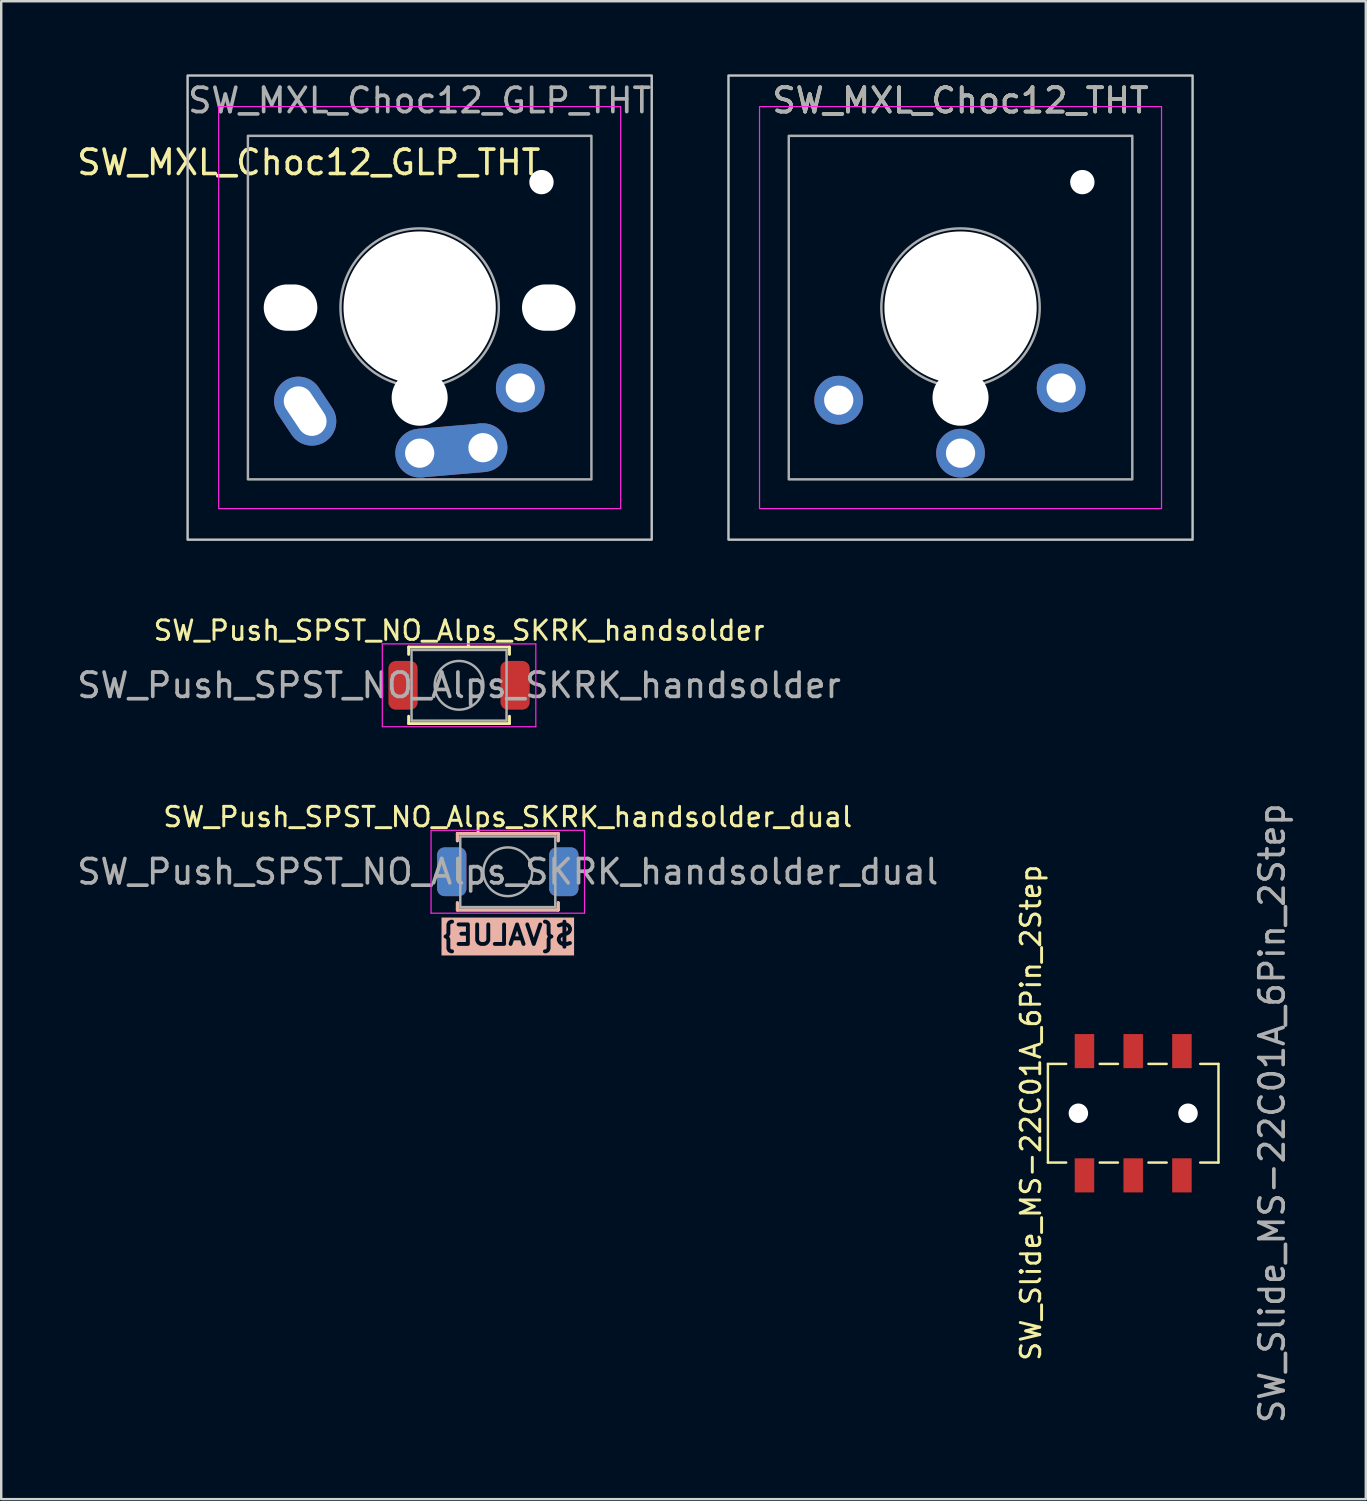
<source format=kicad_pcb>
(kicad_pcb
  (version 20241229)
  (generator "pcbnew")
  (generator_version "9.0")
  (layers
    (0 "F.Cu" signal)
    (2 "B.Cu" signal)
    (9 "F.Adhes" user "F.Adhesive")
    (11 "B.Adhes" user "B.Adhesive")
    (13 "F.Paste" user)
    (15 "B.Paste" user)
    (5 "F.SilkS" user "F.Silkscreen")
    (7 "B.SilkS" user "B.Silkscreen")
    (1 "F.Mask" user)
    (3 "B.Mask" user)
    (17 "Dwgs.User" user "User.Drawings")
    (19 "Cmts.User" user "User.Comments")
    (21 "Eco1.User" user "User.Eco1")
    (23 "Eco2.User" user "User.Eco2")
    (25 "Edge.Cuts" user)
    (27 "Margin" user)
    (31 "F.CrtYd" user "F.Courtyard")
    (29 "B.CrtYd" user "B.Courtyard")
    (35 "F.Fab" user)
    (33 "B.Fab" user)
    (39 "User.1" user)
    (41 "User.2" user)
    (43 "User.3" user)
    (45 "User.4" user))
  (footprint "SW_Push_SPST_NO_Alps_SKRK_handsolder_dual"
    (layer "F.Cu")
    (at 17.792 32.732)
    (property "Reference" "SW_Push_SPST_NO_Alps_SKRK_handsolder_dual" (at 0 -2.25 0) (layer "F.SilkS") (effects (font (size 0.8 0.8) (thickness 0.12))))
    (property "Value" "${VALUE}" (at 0 2.6 0) (layer "F.SilkS" knockout) (hide yes) (effects (font (size 0.8 0.8) (thickness 0.16) (bold yes))))
    (property "Value2" "${VALUE}" (at 0 2.6 0) (layer "B.SilkS" knockout) (effects (font (size 0.8 0.8) (thickness 0.16) (bold yes)) (justify mirror)))
    (attr smd)
    (fp_line (start -2.07 -1.57) (end 2.07 -1.57) (stroke (width 0.12) (type solid)) (layer "F.SilkS"))
    (fp_line (start -2.07 -1.27) (end -2.07 -1.57) (stroke (width 0.12) (type solid)) (layer "F.SilkS"))
    (fp_line (start -2.07 1.57) (end -2.07 1.27) (stroke (width 0.12) (type solid)) (layer "F.SilkS"))
    (fp_line (start 2.07 -1.57) (end 2.07 -1.27) (stroke (width 0.12) (type solid)) (layer "F.SilkS"))
    (fp_line (start 2.07 1.27) (end 2.07 1.57) (stroke (width 0.12) (type solid)) (layer "F.SilkS"))
    (fp_line (start 2.07 1.57) (end -2.07 1.57) (stroke (width 0.12) (type solid)) (layer "F.SilkS"))
    (fp_line (start -2.07 -1.57) (end -2.07 -1.27) (stroke (width 0.12) (type solid)) (layer "B.SilkS"))
    (fp_line (start -2.07 1.27) (end -2.07 1.57) (stroke (width 0.12) (type solid)) (layer "B.SilkS"))
    (fp_line (start -2.07 1.57) (end 2.07 1.57) (stroke (width 0.12) (type solid)) (layer "B.SilkS"))
    (fp_line (start 2.07 -1.57) (end -2.07 -1.57) (stroke (width 0.12) (type solid)) (layer "B.SilkS"))
    (fp_line (start 2.07 -1.27) (end 2.07 -1.57) (stroke (width 0.12) (type solid)) (layer "B.SilkS"))
    (fp_line (start 2.07 1.57) (end 2.07 1.27) (stroke (width 0.12) (type solid)) (layer "B.SilkS"))
    (fp_line (start -3.15 -1.7) (end 3.15 -1.7) (stroke (width 0.05) (type default)) (layer "F.CrtYd"))
    (fp_line (start -3.15 1.7) (end -3.15 -1.7) (stroke (width 0.05) (type solid)) (layer "F.CrtYd"))
    (fp_line (start 3.15 -1.7) (end 3.15 1.7) (stroke (width 0.05) (type solid)) (layer "F.CrtYd"))
    (fp_line (start 3.15 1.7) (end -3.15 1.7) (stroke (width 0.05) (type default)) (layer "F.CrtYd"))
    (fp_line (start -1.95 -1.45) (end 1.95 -1.45) (stroke (width 0.1) (type solid)) (layer "F.Fab"))
    (fp_line (start -1.95 1.45) (end -1.95 -1.45) (stroke (width 0.1) (type solid)) (layer "F.Fab"))
    (fp_line (start 1.95 -1.45) (end 1.95 1.45) (stroke (width 0.1) (type solid)) (layer "F.Fab"))
    (fp_line (start 1.95 1.45) (end -1.95 1.45) (stroke (width 0.1) (type solid)) (layer "F.Fab"))
    (fp_circle (center 0 0) (end 1 0) (stroke (width 0.1) (type solid)) (fill no) (layer "F.Fab"))
    (fp_text user "${REFERENCE}" (at 0 0 0) (layer "F.Fab") (effects (font (size 1 1) (thickness 0.15))))
    (pad "1" smd roundrect (at -2.3 0) (size 1.2 2) (layers "F.Cu" "F.Mask" "F.Paste") (roundrect_rratio 0.25))
    (pad "1" smd roundrect (at -2.3 0 180) (size 1.2 2) (layers "B.Cu" "B.Mask" "B.Paste") (roundrect_rratio 0.25))
    (pad "2" smd roundrect (at 2.3 0) (size 1.2 2) (layers "F.Cu" "F.Mask" "F.Paste") (roundrect_rratio 0.25))
    (pad "2" smd roundrect (at 2.3 0 180) (size 1.2 2) (layers "B.Cu" "B.Mask" "B.Paste") (roundrect_rratio 0.25)))
  (footprint "SW_Slide_MS-22C01A_6Pin_2Step"
    (layer "F.Cu")
    (at 43.462 42.643)
    (property "Reference" "SW_Slide_MS-22C01A_6Pin_2Step" (at -4.2 -0.02 90) (unlocked yes) (layer "F.SilkS") (effects (font (size 0.8 0.8) (thickness 0.12))))
    (attr smd)
    (fp_line (start -3.5 2.025) (end -3.5 -2.025) (stroke (width 0.1) (type solid)) (layer "F.SilkS"))
    (fp_line (start -2.75 -2.025) (end -3.5 -2.025) (stroke (width 0.1) (type solid)) (layer "F.SilkS"))
    (fp_line (start -2.75 2.025) (end -3.5 2.025) (stroke (width 0.1) (type solid)) (layer "F.SilkS"))
    (fp_line (start -0.625 -2.025) (end -1.375 -2.025) (stroke (width 0.1) (type solid)) (layer "F.SilkS"))
    (fp_line (start -0.625 2.025) (end -1.375 2.025) (stroke (width 0.1) (type solid)) (layer "F.SilkS"))
    (fp_line (start 1.375 -2.025) (end 0.625 -2.025) (stroke (width 0.1) (type solid)) (layer "F.SilkS"))
    (fp_line (start 1.375 2.025) (end 0.625 2.025) (stroke (width 0.1) (type solid)) (layer "F.SilkS"))
    (fp_line (start 3.5 -2.025) (end 2.75 -2.025) (stroke (width 0.1) (type solid)) (layer "F.SilkS"))
    (fp_line (start 3.5 2.025) (end 2.75 2.025) (stroke (width 0.1) (type solid)) (layer "F.SilkS"))
    (fp_line (start 3.5 2.025) (end 3.5 -2.025) (stroke (width 0.1) (type solid)) (layer "F.SilkS"))
    (fp_text user "${REFERENCE}" (at 5.7 0 90) (unlocked yes) (layer "F.Fab") (effects (font (size 1 1) (thickness 0.15))))
    (pad "" np_thru_hole circle (at -2.25 0 90) (size 0.8 0.8) (drill 0.8) (layers "*.Cu" "*.Mask"))
    (pad "" np_thru_hole circle (at 2.25 0 90) (size 0.8 0.8) (drill 0.8) (layers "*.Cu" "*.Mask"))
    (pad "1" smd trapezoid (at -2 -2.55 90) (size 1.4 0.8) (layers "F.Cu" "F.Mask" "F.Paste"))
    (pad "2" smd trapezoid (at 0 -2.55 90) (size 1.4 0.8) (layers "F.Cu" "F.Mask" "F.Paste"))
    (pad "3" smd trapezoid (at 2 -2.55 90) (size 1.4 0.8) (layers "F.Cu" "F.Mask" "F.Paste"))
    (pad "4" smd trapezoid (at -2 2.55 90) (size 1.4 0.8) (layers "F.Cu" "F.Mask" "F.Paste"))
    (pad "5" smd trapezoid (at 0 2.55 90) (size 1.4 0.8) (layers "F.Cu" "F.Mask" "F.Paste"))
    (pad "6" smd trapezoid (at 2 2.55 90) (size 1.4 0.8) (layers "F.Cu" "F.Mask" "F.Paste")))
  (footprint "SW_Push_SPST_NO_Alps_SKRK_handsolder"
    (layer "F.Cu")
    (at 15.792 25.079)
    (property "Reference" "SW_Push_SPST_NO_Alps_SKRK_handsolder" (at 0 -2.25 0) (layer "F.SilkS") (effects (font (size 0.8 0.8) (thickness 0.12))))
    (property "Value" "${VALUE}" (at 0 2.6 0) (layer "F.SilkS" knockout) (hide yes) (effects (font (size 0.8 0.8) (thickness 0.16) (bold yes))))
    (attr smd)
    (fp_line (start -2.07 -1.57) (end 2.07 -1.57) (stroke (width 0.12) (type solid)) (layer "F.SilkS"))
    (fp_line (start -2.07 -1.27) (end -2.07 -1.57) (stroke (width 0.12) (type solid)) (layer "F.SilkS"))
    (fp_line (start -2.07 1.57) (end -2.07 1.27) (stroke (width 0.12) (type solid)) (layer "F.SilkS"))
    (fp_line (start 2.07 -1.57) (end 2.07 -1.27) (stroke (width 0.12) (type solid)) (layer "F.SilkS"))
    (fp_line (start 2.07 1.27) (end 2.07 1.57) (stroke (width 0.12) (type solid)) (layer "F.SilkS"))
    (fp_line (start 2.07 1.57) (end -2.07 1.57) (stroke (width 0.12) (type solid)) (layer "F.SilkS"))
    (fp_line (start -3.15 -1.7) (end 3.15 -1.7) (stroke (width 0.05) (type default)) (layer "F.CrtYd"))
    (fp_line (start -3.15 1.7) (end -3.15 -1.7) (stroke (width 0.05) (type solid)) (layer "F.CrtYd"))
    (fp_line (start 3.15 -1.7) (end 3.15 1.7) (stroke (width 0.05) (type solid)) (layer "F.CrtYd"))
    (fp_line (start 3.15 1.7) (end -3.15 1.7) (stroke (width 0.05) (type default)) (layer "F.CrtYd"))
    (fp_line (start -1.95 -1.45) (end 1.95 -1.45) (stroke (width 0.1) (type solid)) (layer "F.Fab"))
    (fp_line (start -1.95 1.45) (end -1.95 -1.45) (stroke (width 0.1) (type solid)) (layer "F.Fab"))
    (fp_line (start 1.95 -1.45) (end 1.95 1.45) (stroke (width 0.1) (type solid)) (layer "F.Fab"))
    (fp_line (start 1.95 1.45) (end -1.95 1.45) (stroke (width 0.1) (type solid)) (layer "F.Fab"))
    (fp_circle (center 0 0) (end 1 0) (stroke (width 0.1) (type solid)) (fill no) (layer "F.Fab"))
    (fp_text user "${REFERENCE}" (at 0 0 0) (layer "F.Fab") (effects (font (size 1 1) (thickness 0.15))))
    (pad "1" smd roundrect (at -2.3 0) (size 1.2 2) (layers "F.Cu" "F.Mask" "F.Paste") (roundrect_rratio 0.25))
    (pad "2" smd roundrect (at 2.3 0) (size 1.2 2) (layers "F.Cu" "F.Mask" "F.Paste") (roundrect_rratio 0.25)))
  (footprint "SW_MXL_Choc12_GLP_THT"
    (layer "F.Cu")
    (at 14.175 9.575)
    (property "Reference" "SW_MXL_Choc12_GLP_THT" (at -4.55 -5.96 0) (unlocked yes) (layer "F.SilkS") (effects (font (size 1 1) (thickness 0.15))))
    (attr through_hole)
    (fp_rect (start -9.525 -9.525) (end 9.525 9.525) (stroke (width 0.1) (type solid)) (fill no) (layer "Dwgs.User"))
    (fp_rect (start -8.25 -8.25) (end 8.25 8.25) (stroke (width 0.05) (type solid)) (fill no) (layer "F.CrtYd"))
    (fp_rect (start 7.05 7.05) (end -7.05 -7.05) (stroke (width 0.1) (type solid)) (fill no) (layer "F.Fab"))
    (fp_circle (center 0 0) (end 2.75 0) (stroke (width 0.1) (type default)) (fill no) (layer "F.Fab"))
    (fp_circle (center 0 0) (end 3.25 0) (stroke (width 0.1) (type default)) (fill no) (layer "F.Fab"))
    (fp_poly (pts (xy -2.05 -0.65) (xy -0.7 -0.65) (xy -0.7 -2) (xy 0.6 -2) (xy 0.6 -0.65) (xy 1.95 -0.65) (xy 1.95 0.65) (xy 0.6 0.65) (xy 0.6 2) (xy -0.7 2) (xy -0.7 0.65) (xy -2.05 0.65)) (stroke (width 0.1) (type solid)) (fill no) (layer "F.Fab"))
    (fp_text user "${REFERENCE}" (at 0 -8.5 0) (unlocked yes) (layer "F.Fab") (effects (font (size 1 1) (thickness 0.15))))
    (pad "" np_thru_hole oval (at -5.3 0) (size 2.2 1.9) (drill oval 2.2 1.9) (layers "*.Cu" "*.Mask"))
    (pad "" np_thru_hole circle (at 0 0 180) (size 6.25 6.25) (drill 6.25) (layers "*.Cu" "*.Mask"))
    (pad "" np_thru_hole circle (at 0 3.7) (size 2.3 2.3) (drill 2.3) (layers "*.Cu" "*.Mask"))
    (pad "" np_thru_hole circle (at 5 -5.15) (size 1 1) (drill 1) (layers "*.Cu" "*.Mask"))
    (pad "" np_thru_hole oval (at 5.3 0) (size 2.2 1.9) (drill oval 2.2 1.9) (layers "*.Cu" "*.Mask"))
    (pad "1" thru_hole circle (at 0 5.975 180) (size 2 2) (drill 1.2) (layers "*.Cu" "*.Mask"))
    (pad "1" smd trapezoid (at 1.3 5.862 4.9) (size 2.6 2) (layers "F.Cu" "F.Mask"))
    (pad "1" smd trapezoid (at 1.3 5.862 4.9) (size 2.6 2) (layers "B.Cu" "B.Mask"))
    (pad "1" thru_hole circle (at 2.6 5.75) (size 2 2) (drill 1.2) (layers "*.Cu" "*.Mask"))
    (pad "2" thru_hole oval (at -4.7 4.25 123.7) (size 3 2) (drill oval 2.2 1.2) (layers "*.Cu" "*.Mask"))
    (pad "2" thru_hole circle (at 4.13 3.3 180) (size 2 2) (drill 1.2) (layers "*.Cu" "B.Mask")))
  (footprint "SW_MXL_Choc12_THT"
    (layer "F.Cu")
    (at 36.375 9.575)
    (property "Reference" "SW_MXL_Choc12_THT" (at 0 -8.5 0) (unlocked yes) (layer "F.SilkS") (effects (font (size 1 1) (thickness 0.15))))
    (attr through_hole)
    (fp_rect (start -9.525 -9.525) (end 9.525 9.525) (stroke (width 0.1) (type solid)) (fill no) (layer "Dwgs.User"))
    (fp_rect (start -8.25 -8.25) (end 8.25 8.25) (stroke (width 0.05) (type solid)) (fill no) (layer "F.CrtYd"))
    (fp_rect (start 7.05 7.05) (end -7.05 -7.05) (stroke (width 0.1) (type solid)) (fill no) (layer "F.Fab"))
    (fp_circle (center 0 0) (end 2.75 0) (stroke (width 0.1) (type default)) (fill no) (layer "F.Fab"))
    (fp_circle (center 0 0) (end 3.25 0) (stroke (width 0.1) (type default)) (fill no) (layer "F.Fab"))
    (fp_poly (pts (xy -2.05 -0.65) (xy -0.7 -0.65) (xy -0.7 -2) (xy 0.6 -2) (xy 0.6 -0.65) (xy 1.95 -0.65) (xy 1.95 0.65) (xy 0.6 0.65) (xy 0.6 2) (xy -0.7 2) (xy -0.7 0.65) (xy -2.05 0.65)) (stroke (width 0.1) (type solid)) (fill no) (layer "F.Fab"))
    (fp_text user "${REFERENCE}" (at 0 -8.5 0) (unlocked yes) (layer "F.Fab") (effects (font (size 1 1) (thickness 0.15))))
    (pad "" np_thru_hole circle (at 0 0 180) (size 6.25 6.25) (drill 6.25) (layers "*.Cu" "*.Mask"))
    (pad "" np_thru_hole circle (at 0 3.7) (size 2.3 2.3) (drill 2.3) (layers "*.Cu" "*.Mask"))
    (pad "" np_thru_hole circle (at 5 -5.15) (size 1 1) (drill 1) (layers "*.Cu" "*.Mask"))
    (pad "1" thru_hole circle (at 0 5.975 180) (size 2 2) (drill 1.2) (layers "*.Cu" "B.Mask"))
    (pad "2" thru_hole circle (at -5 3.8) (size 2 2) (drill 1.2) (layers "*.Cu" "*.Mask"))
    (pad "2" thru_hole circle (at 4.13 3.3 180) (size 2 2) (drill 1.2) (layers "*.Cu" "B.Mask")))
  (gr_rect
    (start -3 -3)
    (end 53.01 58.482)
    (stroke (width 0.1) (type default))
    (fill no)
    (layer "Edge.Cuts")))
</source>
